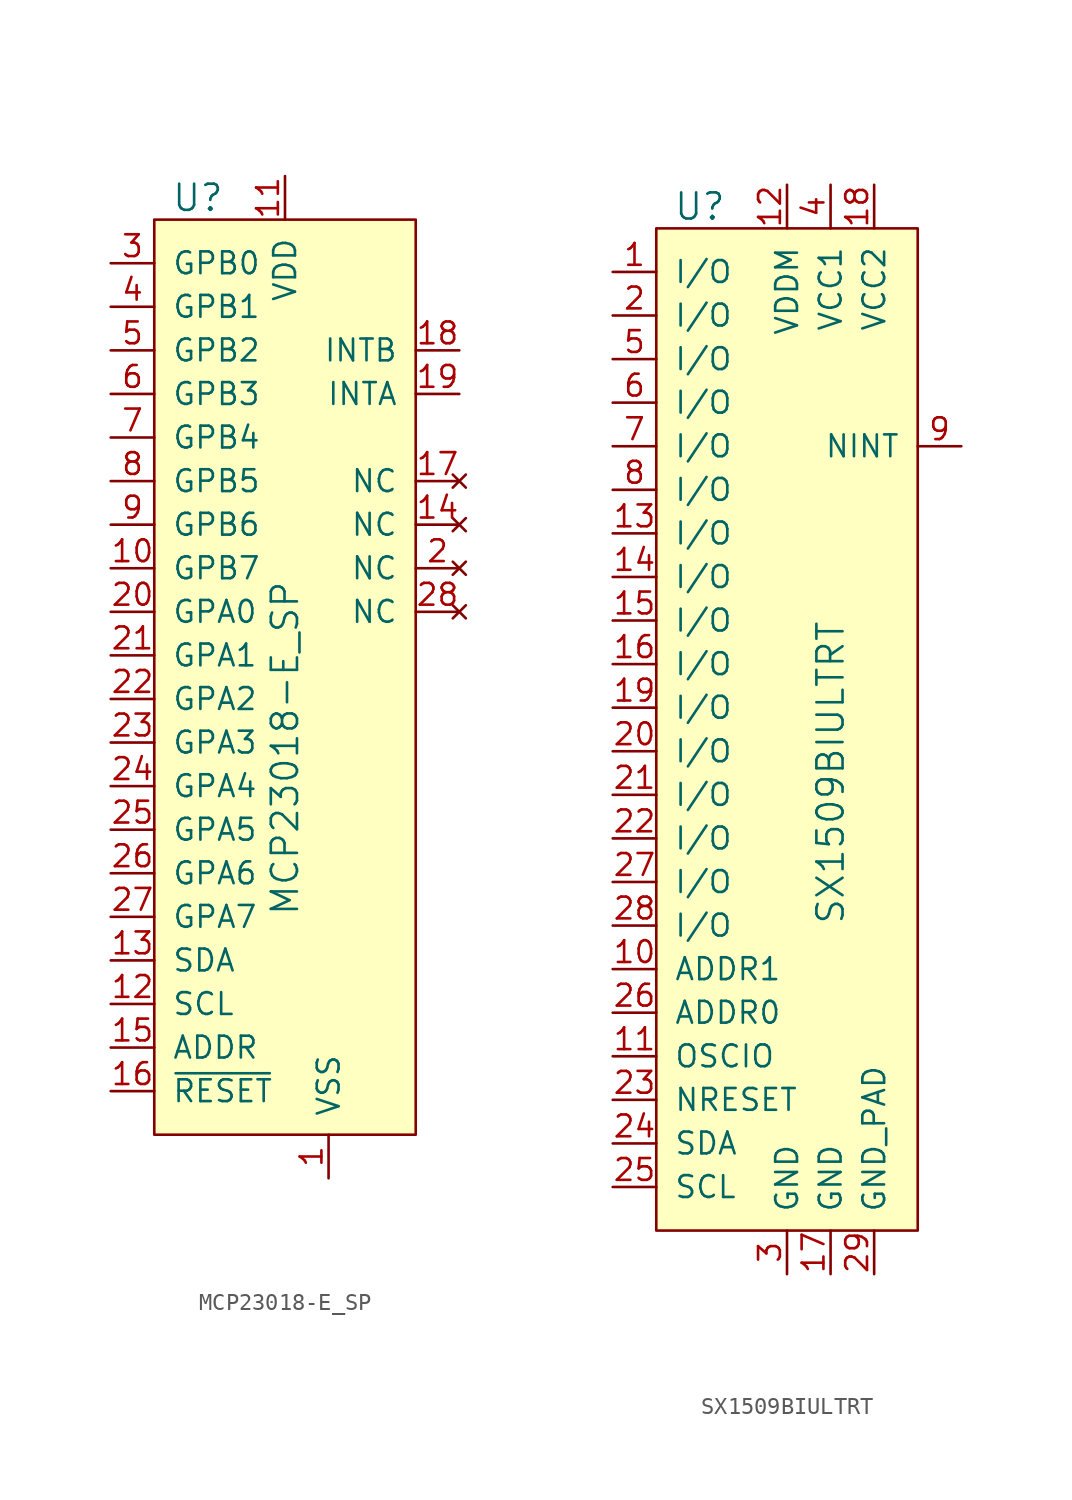
<source format=kicad_sym>
(kicad_symbol_lib
  (version 20231120)
  (generator "kicad_symbol_editor")
  (generator_version "8.0")
  (symbol "MCP23018-E_SP"
    (pin_names
      (offset 1.016))
    (property "Reference" "U"
      (at -2.54 19.05 0)
      (effects (font (size 1.524 1.524))))
    (property "Value" "MCP23018-E_SP"
      (at 2.54 -22.86 90)
      (effects (font (size 1.524 1.524)) (justify left)))
    (symbol "MCP23018-E_SP_0_1"
      (rectangle (start -5.08 17.78) (end 10.16 -35.56) (stroke (width 0) (type default)) (fill (type background))))
    (symbol "MCP23018-E_SP_1_1"
      (pin power_in line (at 5.08 -38.1 90) (length 2.54) (name "VSS" (effects (font (size 1.27 1.27)))) (number "1" (effects (font (size 1.27 1.27)))))
      (pin bidirectional line (at -7.62 -2.54 0) (length 2.54) (name "GPB7" (effects (font (size 1.27 1.27)))) (number "10" (effects (font (size 1.27 1.27)))))
      (pin power_in line (at 2.54 20.32 270) (length 2.54) (name "VDD" (effects (font (size 1.27 1.27)))) (number "11" (effects (font (size 1.27 1.27)))))
      (pin input line (at -7.62 -27.94 0) (length 2.54) (name "SCL" (effects (font (size 1.27 1.27)))) (number "12" (effects (font (size 1.27 1.27)))))
      (pin bidirectional line (at -7.62 -25.4 0) (length 2.54) (name "SDA" (effects (font (size 1.27 1.27)))) (number "13" (effects (font (size 1.27 1.27)))))
      (pin no_connect line (at 12.7 0 180) (length 2.54) (name "NC" (effects (font (size 1.27 1.27)))) (number "14" (effects (font (size 1.27 1.27)))))
      (pin input line (at -7.62 -30.48 0) (length 2.54) (name "ADDR" (effects (font (size 1.27 1.27)))) (number "15" (effects (font (size 1.27 1.27)))))
      (pin input line (at -7.62 -33.02 0) (length 2.54) (name "~{RESET}" (effects (font (size 1.27 1.27)))) (number "16" (effects (font (size 1.27 1.27)))))
      (pin no_connect line (at 12.7 2.54 180) (length 2.54) (name "NC" (effects (font (size 1.27 1.27)))) (number "17" (effects (font (size 1.27 1.27)))))
      (pin output line (at 12.7 10.16 180) (length 2.54) (name "INTB" (effects (font (size 1.27 1.27)))) (number "18" (effects (font (size 1.27 1.27)))))
      (pin output line (at 12.7 7.62 180) (length 2.54) (name "INTA" (effects (font (size 1.27 1.27)))) (number "19" (effects (font (size 1.27 1.27)))))
      (pin no_connect line (at 12.7 -2.54 180) (length 2.54) (name "NC" (effects (font (size 1.27 1.27)))) (number "2" (effects (font (size 1.27 1.27)))))
      (pin bidirectional line (at -7.62 -5.08 0) (length 2.54) (name "GPA0" (effects (font (size 1.27 1.27)))) (number "20" (effects (font (size 1.27 1.27)))))
      (pin bidirectional line (at -7.62 -7.62 0) (length 2.54) (name "GPA1" (effects (font (size 1.27 1.27)))) (number "21" (effects (font (size 1.27 1.27)))))
      (pin bidirectional line (at -7.62 -10.16 0) (length 2.54) (name "GPA2" (effects (font (size 1.27 1.27)))) (number "22" (effects (font (size 1.27 1.27)))))
      (pin bidirectional line (at -7.62 -12.7 0) (length 2.54) (name "GPA3" (effects (font (size 1.27 1.27)))) (number "23" (effects (font (size 1.27 1.27)))))
      (pin bidirectional line (at -7.62 -15.24 0) (length 2.54) (name "GPA4" (effects (font (size 1.27 1.27)))) (number "24" (effects (font (size 1.27 1.27)))))
      (pin bidirectional line (at -7.62 -17.78 0) (length 2.54) (name "GPA5" (effects (font (size 1.27 1.27)))) (number "25" (effects (font (size 1.27 1.27)))))
      (pin bidirectional line (at -7.62 -20.32 0) (length 2.54) (name "GPA6" (effects (font (size 1.27 1.27)))) (number "26" (effects (font (size 1.27 1.27)))))
      (pin bidirectional line (at -7.62 -22.86 0) (length 2.54) (name "GPA7" (effects (font (size 1.27 1.27)))) (number "27" (effects (font (size 1.27 1.27)))))
      (pin no_connect line (at 12.7 -5.08 180) (length 2.54) (name "NC" (effects (font (size 1.27 1.27)))) (number "28" (effects (font (size 1.27 1.27)))))
      (pin bidirectional line (at -7.62 15.24 0) (length 2.54) (name "GPB0" (effects (font (size 1.27 1.27)))) (number "3" (effects (font (size 1.27 1.27)))))
      (pin bidirectional line (at -7.62 12.7 0) (length 2.54) (name "GPB1" (effects (font (size 1.27 1.27)))) (number "4" (effects (font (size 1.27 1.27)))))
      (pin bidirectional line (at -7.62 10.16 0) (length 2.54) (name "GPB2" (effects (font (size 1.27 1.27)))) (number "5" (effects (font (size 1.27 1.27)))))
      (pin bidirectional line (at -7.62 7.62 0) (length 2.54) (name "GPB3" (effects (font (size 1.27 1.27)))) (number "6" (effects (font (size 1.27 1.27)))))
      (pin bidirectional line (at -7.62 5.08 0) (length 2.54) (name "GPB4" (effects (font (size 1.27 1.27)))) (number "7" (effects (font (size 1.27 1.27)))))
      (pin bidirectional line (at -7.62 2.54 0) (length 2.54) (name "GPB5" (effects (font (size 1.27 1.27)))) (number "8" (effects (font (size 1.27 1.27)))))
      (pin bidirectional line (at -7.62 0 0) (length 2.54) (name "GPB6" (effects (font (size 1.27 1.27)))) (number "9" (effects (font (size 1.27 1.27)))))))
  (symbol "SX1509BIULTRT"
    (pin_names
      (offset 1.016))
    (property "Reference" "U"
      (at -5.08 21.59 0)
      (effects (font (size 1.524 1.524))))
    (property "Value" "SX1509BIULTRT"
      (at 2.54 -20.32 90)
      (effects (font (size 1.524 1.524)) (justify left)))
    (symbol "SX1509BIULTRT_0_1"
      (rectangle (start -7.62 20.32) (end 7.62 -38.1) (stroke (width 0) (type default)) (fill (type background))))
    (symbol "SX1509BIULTRT_1_1"
      (pin bidirectional line (at -10.16 17.78 0) (length 2.54) (name "I/O" (effects (font (size 1.27 1.27)))) (number "1" (effects (font (size 1.27 1.27)))))
      (pin input line (at -10.16 -22.86 0) (length 2.54) (name "ADDR1" (effects (font (size 1.27 1.27)))) (number "10" (effects (font (size 1.27 1.27)))))
      (pin bidirectional line (at -10.16 -27.94 0) (length 2.54) (name "OSCIO" (effects (font (size 1.27 1.27)))) (number "11" (effects (font (size 1.27 1.27)))))
      (pin power_in line (at 0 22.86 270) (length 2.54) (name "VDDM" (effects (font (size 1.27 1.27)))) (number "12" (effects (font (size 1.27 1.27)))))
      (pin bidirectional line (at -10.16 2.54 0) (length 2.54) (name "I/O" (effects (font (size 1.27 1.27)))) (number "13" (effects (font (size 1.27 1.27)))))
      (pin bidirectional line (at -10.16 0 0) (length 2.54) (name "I/O" (effects (font (size 1.27 1.27)))) (number "14" (effects (font (size 1.27 1.27)))))
      (pin bidirectional line (at -10.16 -2.54 0) (length 2.54) (name "I/O" (effects (font (size 1.27 1.27)))) (number "15" (effects (font (size 1.27 1.27)))))
      (pin bidirectional line (at -10.16 -5.08 0) (length 2.54) (name "I/O" (effects (font (size 1.27 1.27)))) (number "16" (effects (font (size 1.27 1.27)))))
      (pin power_in line (at 2.54 -40.64 90) (length 2.54) (name "GND" (effects (font (size 1.27 1.27)))) (number "17" (effects (font (size 1.27 1.27)))))
      (pin power_in line (at 5.08 22.86 270) (length 2.54) (name "VCC2" (effects (font (size 1.27 1.27)))) (number "18" (effects (font (size 1.27 1.27)))))
      (pin bidirectional line (at -10.16 -7.62 0) (length 2.54) (name "I/O" (effects (font (size 1.27 1.27)))) (number "19" (effects (font (size 1.27 1.27)))))
      (pin bidirectional line (at -10.16 15.24 0) (length 2.54) (name "I/O" (effects (font (size 1.27 1.27)))) (number "2" (effects (font (size 1.27 1.27)))))
      (pin bidirectional line (at -10.16 -10.16 0) (length 2.54) (name "I/O" (effects (font (size 1.27 1.27)))) (number "20" (effects (font (size 1.27 1.27)))))
      (pin bidirectional line (at -10.16 -12.7 0) (length 2.54) (name "I/O" (effects (font (size 1.27 1.27)))) (number "21" (effects (font (size 1.27 1.27)))))
      (pin bidirectional line (at -10.16 -15.24 0) (length 2.54) (name "I/O" (effects (font (size 1.27 1.27)))) (number "22" (effects (font (size 1.27 1.27)))))
      (pin input line (at -10.16 -30.48 0) (length 2.54) (name "NRESET" (effects (font (size 1.27 1.27)))) (number "23" (effects (font (size 1.27 1.27)))))
      (pin bidirectional line (at -10.16 -33.02 0) (length 2.54) (name "SDA" (effects (font (size 1.27 1.27)))) (number "24" (effects (font (size 1.27 1.27)))))
      (pin input line (at -10.16 -35.56 0) (length 2.54) (name "SCL" (effects (font (size 1.27 1.27)))) (number "25" (effects (font (size 1.27 1.27)))))
      (pin input line (at -10.16 -25.4 0) (length 2.54) (name "ADDR0" (effects (font (size 1.27 1.27)))) (number "26" (effects (font (size 1.27 1.27)))))
      (pin bidirectional line (at -10.16 -17.78 0) (length 2.54) (name "I/O" (effects (font (size 1.27 1.27)))) (number "27" (effects (font (size 1.27 1.27)))))
      (pin bidirectional line (at -10.16 -20.32 0) (length 2.54) (name "I/O" (effects (font (size 1.27 1.27)))) (number "28" (effects (font (size 1.27 1.27)))))
      (pin power_in line (at 5.08 -40.64 90) (length 2.54) (name "GND_PAD" (effects (font (size 1.27 1.27)))) (number "29" (effects (font (size 1.27 1.27)))))
      (pin power_in line (at 0 -40.64 90) (length 2.54) (name "GND" (effects (font (size 1.27 1.27)))) (number "3" (effects (font (size 1.27 1.27)))))
      (pin power_in line (at 2.54 22.86 270) (length 2.54) (name "VCC1" (effects (font (size 1.27 1.27)))) (number "4" (effects (font (size 1.27 1.27)))))
      (pin bidirectional line (at -10.16 12.7 0) (length 2.54) (name "I/O" (effects (font (size 1.27 1.27)))) (number "5" (effects (font (size 1.27 1.27)))))
      (pin bidirectional line (at -10.16 10.16 0) (length 2.54) (name "I/O" (effects (font (size 1.27 1.27)))) (number "6" (effects (font (size 1.27 1.27)))))
      (pin bidirectional line (at -10.16 7.62 0) (length 2.54) (name "I/O" (effects (font (size 1.27 1.27)))) (number "7" (effects (font (size 1.27 1.27)))))
      (pin bidirectional line (at -10.16 5.08 0) (length 2.54) (name "I/O" (effects (font (size 1.27 1.27)))) (number "8" (effects (font (size 1.27 1.27)))))
      (pin output line (at 10.16 7.62 180) (length 2.54) (name "NINT" (effects (font (size 1.27 1.27)))) (number "9" (effects (font (size 1.27 1.27))))))))
</source>
